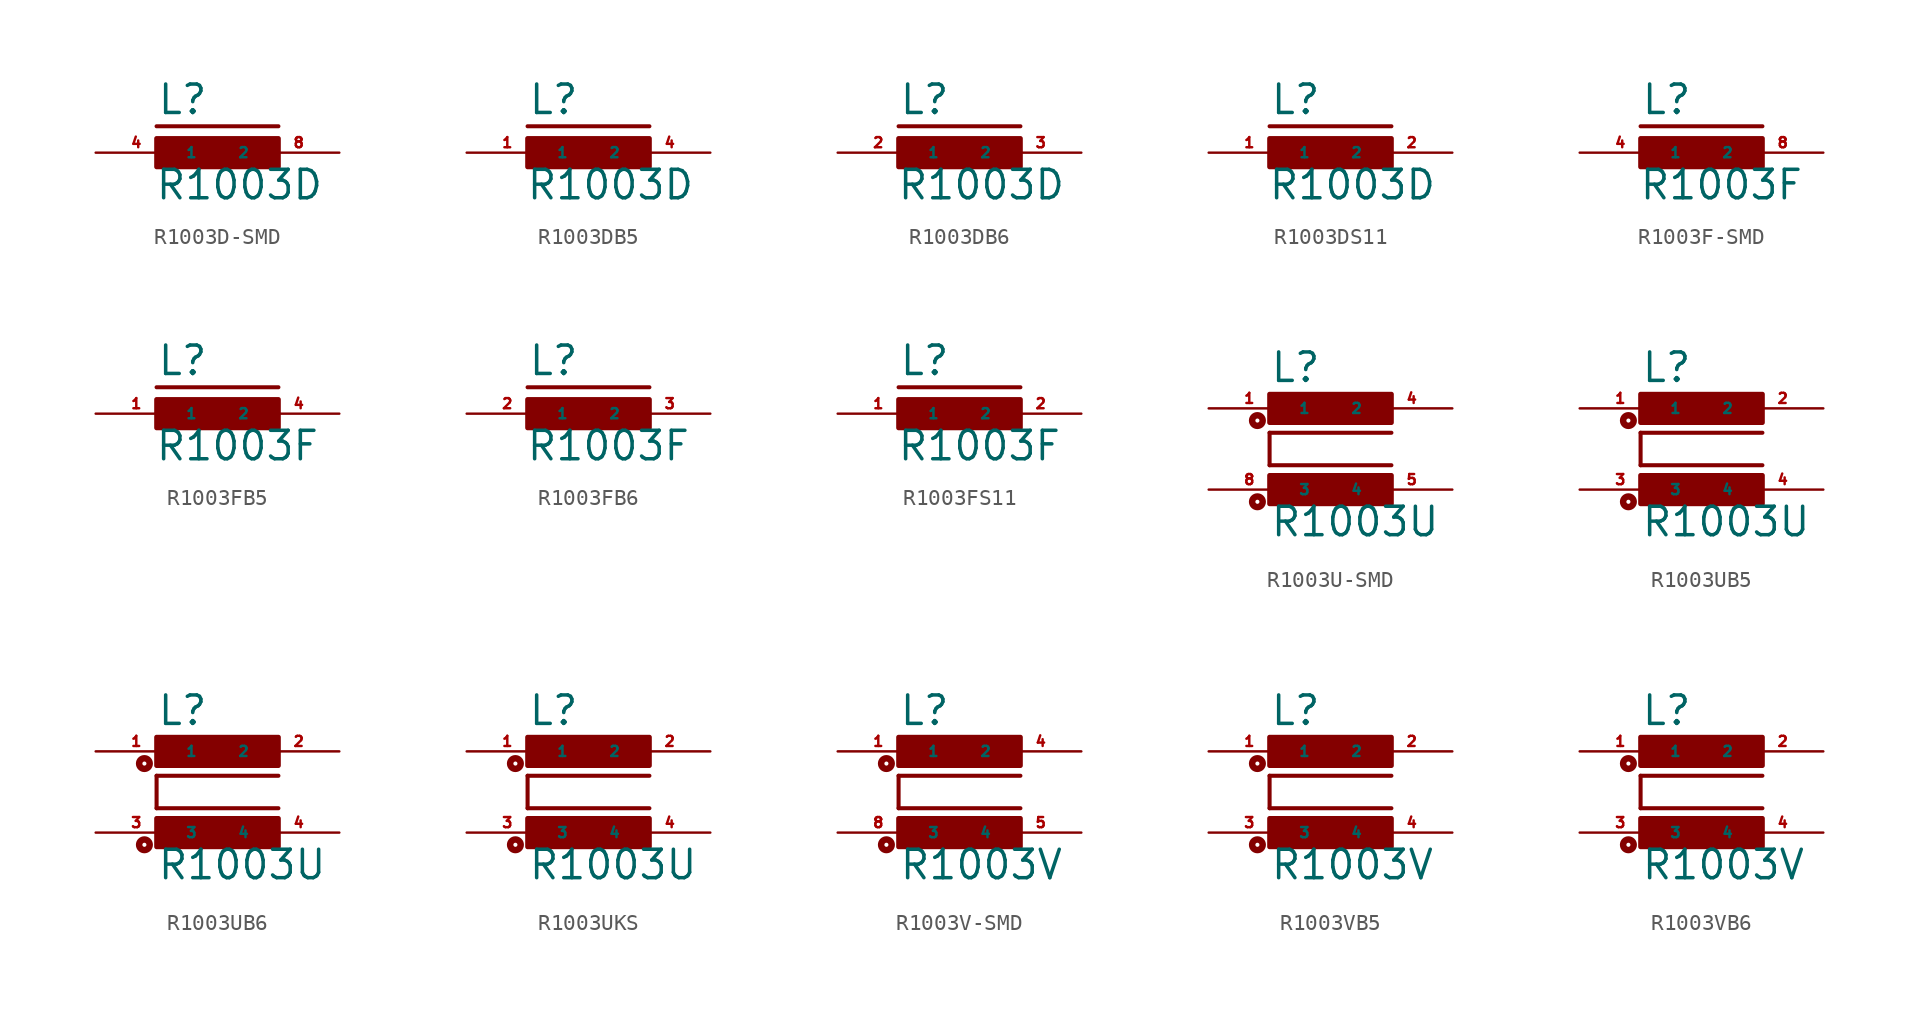
<source format=kicad_sym>
(kicad_symbol_lib
  (version 20220914)
  (generator Eagle2Kicad)
  (symbol "R1003D-SMD"
    (property "Reference" "L"
      (at -3.81 2.286 0)
      (effects (font (size 1.778 1.778) (thickness 0.22)) (justify left bottom)))
    (property "Value" "R1003D"
      (at -3.937 -3.048 0)
      (effects (font (size 1.778 1.778) (thickness 0.22)) (justify left bottom)))
    (polyline
      (pts (xy -3.81 1.651) (xy 3.81 1.651))
      (stroke (width 0.254) (type default))
      (fill (type none)))
    (rectangle
      (start -3.81 -0.889)
      (end 3.81 0.889)
      (stroke (width 0.3) (type default))
      (fill (type outline)))
    (pin passive line
      (at 7.62 0 180)
      (length 5.08)
      (name "2" (effects (font (size 0.635 0.635) (thickness 0.08)) (justify left bottom)))
      (number "8" (effects (font (size 0.635 0.635) (thickness 0.08)) (justify left bottom))))
    (pin passive line
      (at -7.62 0 0)
      (length 5.08)
      (name "1" (effects (font (size 0.635 0.635) (thickness 0.08)) (justify left bottom)))
      (number "4" (effects (font (size 0.635 0.635) (thickness 0.08)) (justify left bottom)))))
  (symbol "R1003DB5"
    (property "Reference" "L"
      (at -3.81 2.286 0)
      (effects (font (size 1.778 1.778) (thickness 0.22)) (justify left bottom)))
    (property "Value" "R1003D"
      (at -3.937 -3.048 0)
      (effects (font (size 1.778 1.778) (thickness 0.22)) (justify left bottom)))
    (polyline
      (pts (xy -3.81 1.651) (xy 3.81 1.651))
      (stroke (width 0.254) (type default))
      (fill (type none)))
    (rectangle
      (start -3.81 -0.889)
      (end 3.81 0.889)
      (stroke (width 0.3) (type default))
      (fill (type outline)))
    (pin passive line
      (at 7.62 0 180)
      (length 5.08)
      (name "2" (effects (font (size 0.635 0.635) (thickness 0.08)) (justify left bottom)))
      (number "4" (effects (font (size 0.635 0.635) (thickness 0.08)) (justify left bottom))))
    (pin passive line
      (at -7.62 0 0)
      (length 5.08)
      (name "1" (effects (font (size 0.635 0.635) (thickness 0.08)) (justify left bottom)))
      (number "1" (effects (font (size 0.635 0.635) (thickness 0.08)) (justify left bottom)))))
  (symbol "R1003DB6"
    (property "Reference" "L"
      (at -3.81 2.286 0)
      (effects (font (size 1.778 1.778) (thickness 0.22)) (justify left bottom)))
    (property "Value" "R1003D"
      (at -3.937 -3.048 0)
      (effects (font (size 1.778 1.778) (thickness 0.22)) (justify left bottom)))
    (polyline
      (pts (xy -3.81 1.651) (xy 3.81 1.651))
      (stroke (width 0.254) (type default))
      (fill (type none)))
    (rectangle
      (start -3.81 -0.889)
      (end 3.81 0.889)
      (stroke (width 0.3) (type default))
      (fill (type outline)))
    (pin passive line
      (at 7.62 0 180)
      (length 5.08)
      (name "2" (effects (font (size 0.635 0.635) (thickness 0.08)) (justify left bottom)))
      (number "3" (effects (font (size 0.635 0.635) (thickness 0.08)) (justify left bottom))))
    (pin passive line
      (at -7.62 0 0)
      (length 5.08)
      (name "1" (effects (font (size 0.635 0.635) (thickness 0.08)) (justify left bottom)))
      (number "2" (effects (font (size 0.635 0.635) (thickness 0.08)) (justify left bottom)))))
  (symbol "R1003DS11"
    (property "Reference" "L"
      (at -3.81 2.286 0)
      (effects (font (size 1.778 1.778) (thickness 0.22)) (justify left bottom)))
    (property "Value" "R1003D"
      (at -3.937 -3.048 0)
      (effects (font (size 1.778 1.778) (thickness 0.22)) (justify left bottom)))
    (polyline
      (pts (xy -3.81 1.651) (xy 3.81 1.651))
      (stroke (width 0.254) (type default))
      (fill (type none)))
    (rectangle
      (start -3.81 -0.889)
      (end 3.81 0.889)
      (stroke (width 0.3) (type default))
      (fill (type outline)))
    (pin passive line
      (at 7.62 0 180)
      (length 5.08)
      (name "2" (effects (font (size 0.635 0.635) (thickness 0.08)) (justify left bottom)))
      (number "2" (effects (font (size 0.635 0.635) (thickness 0.08)) (justify left bottom))))
    (pin passive line
      (at -7.62 0 0)
      (length 5.08)
      (name "1" (effects (font (size 0.635 0.635) (thickness 0.08)) (justify left bottom)))
      (number "1" (effects (font (size 0.635 0.635) (thickness 0.08)) (justify left bottom)))))
  (symbol "R1003F-SMD"
    (property "Reference" "L"
      (at -3.81 2.286 0)
      (effects (font (size 1.778 1.778) (thickness 0.22)) (justify left bottom)))
    (property "Value" "R1003F"
      (at -3.937 -3.048 0)
      (effects (font (size 1.778 1.778) (thickness 0.22)) (justify left bottom)))
    (polyline
      (pts (xy -3.81 1.651) (xy 3.81 1.651))
      (stroke (width 0.254) (type default))
      (fill (type none)))
    (rectangle
      (start -3.81 -0.889)
      (end 3.81 0.889)
      (stroke (width 0.3) (type default))
      (fill (type outline)))
    (pin passive line
      (at 7.62 0 180)
      (length 5.08)
      (name "2" (effects (font (size 0.635 0.635) (thickness 0.08)) (justify left bottom)))
      (number "8" (effects (font (size 0.635 0.635) (thickness 0.08)) (justify left bottom))))
    (pin passive line
      (at -7.62 0 0)
      (length 5.08)
      (name "1" (effects (font (size 0.635 0.635) (thickness 0.08)) (justify left bottom)))
      (number "4" (effects (font (size 0.635 0.635) (thickness 0.08)) (justify left bottom)))))
  (symbol "R1003FB5"
    (property "Reference" "L"
      (at -3.81 2.286 0)
      (effects (font (size 1.778 1.778) (thickness 0.22)) (justify left bottom)))
    (property "Value" "R1003F"
      (at -3.937 -3.048 0)
      (effects (font (size 1.778 1.778) (thickness 0.22)) (justify left bottom)))
    (polyline
      (pts (xy -3.81 1.651) (xy 3.81 1.651))
      (stroke (width 0.254) (type default))
      (fill (type none)))
    (rectangle
      (start -3.81 -0.889)
      (end 3.81 0.889)
      (stroke (width 0.3) (type default))
      (fill (type outline)))
    (pin passive line
      (at 7.62 0 180)
      (length 5.08)
      (name "2" (effects (font (size 0.635 0.635) (thickness 0.08)) (justify left bottom)))
      (number "4" (effects (font (size 0.635 0.635) (thickness 0.08)) (justify left bottom))))
    (pin passive line
      (at -7.62 0 0)
      (length 5.08)
      (name "1" (effects (font (size 0.635 0.635) (thickness 0.08)) (justify left bottom)))
      (number "1" (effects (font (size 0.635 0.635) (thickness 0.08)) (justify left bottom)))))
  (symbol "R1003FB6"
    (property "Reference" "L"
      (at -3.81 2.286 0)
      (effects (font (size 1.778 1.778) (thickness 0.22)) (justify left bottom)))
    (property "Value" "R1003F"
      (at -3.937 -3.048 0)
      (effects (font (size 1.778 1.778) (thickness 0.22)) (justify left bottom)))
    (polyline
      (pts (xy -3.81 1.651) (xy 3.81 1.651))
      (stroke (width 0.254) (type default))
      (fill (type none)))
    (rectangle
      (start -3.81 -0.889)
      (end 3.81 0.889)
      (stroke (width 0.3) (type default))
      (fill (type outline)))
    (pin passive line
      (at 7.62 0 180)
      (length 5.08)
      (name "2" (effects (font (size 0.635 0.635) (thickness 0.08)) (justify left bottom)))
      (number "3" (effects (font (size 0.635 0.635) (thickness 0.08)) (justify left bottom))))
    (pin passive line
      (at -7.62 0 0)
      (length 5.08)
      (name "1" (effects (font (size 0.635 0.635) (thickness 0.08)) (justify left bottom)))
      (number "2" (effects (font (size 0.635 0.635) (thickness 0.08)) (justify left bottom)))))
  (symbol "R1003FS11"
    (property "Reference" "L"
      (at -3.81 2.286 0)
      (effects (font (size 1.778 1.778) (thickness 0.22)) (justify left bottom)))
    (property "Value" "R1003F"
      (at -3.937 -3.048 0)
      (effects (font (size 1.778 1.778) (thickness 0.22)) (justify left bottom)))
    (polyline
      (pts (xy -3.81 1.651) (xy 3.81 1.651))
      (stroke (width 0.254) (type default))
      (fill (type none)))
    (rectangle
      (start -3.81 -0.889)
      (end 3.81 0.889)
      (stroke (width 0.3) (type default))
      (fill (type outline)))
    (pin passive line
      (at 7.62 0 180)
      (length 5.08)
      (name "2" (effects (font (size 0.635 0.635) (thickness 0.08)) (justify left bottom)))
      (number "2" (effects (font (size 0.635 0.635) (thickness 0.08)) (justify left bottom))))
    (pin passive line
      (at -7.62 0 0)
      (length 5.08)
      (name "1" (effects (font (size 0.635 0.635) (thickness 0.08)) (justify left bottom)))
      (number "1" (effects (font (size 0.635 0.635) (thickness 0.08)) (justify left bottom)))))
  (symbol "R1003U-SMD"
    (property "Reference" "L"
      (at -3.81 4.064 0)
      (effects (font (size 1.778 1.778) (thickness 0.22)) (justify left bottom)))
    (property "Value" "R1003U"
      (at -3.81 -5.588 0)
      (effects (font (size 1.778 1.778) (thickness 0.22)) (justify left bottom)))
    (polyline
      (pts (xy 3.81 1.016) (xy -3.81 1.016))
      (stroke (width 0.254) (type default))
      (fill (type none)))
    (polyline
      (pts (xy -3.81 -1.016) (xy -3.81 1.016))
      (stroke (width 0.254) (type default))
      (fill (type none)))
    (polyline
      (pts (xy -3.81 -1.016) (xy 3.81 -1.016))
      (stroke (width 0.254) (type default))
      (fill (type none)))
    (circle
      (center -4.572 -3.302)
      (radius 0.127)
      (stroke (width 0.406) (type default))
      (fill (type none)))
    (circle
      (center -4.572 1.778)
      (radius 0.127)
      (stroke (width 0.406) (type default))
      (fill (type none)))
    (rectangle
      (start -3.81 1.651)
      (end 3.81 3.429)
      (stroke (width 0.3) (type default))
      (fill (type outline)))
    (rectangle
      (start -3.81 -3.429)
      (end 3.81 -1.651)
      (stroke (width 0.3) (type default))
      (fill (type outline)))
    (pin passive line
      (at 7.62 2.54 180)
      (length 5.08)
      (name "2" (effects (font (size 0.635 0.635) (thickness 0.08)) (justify left bottom)))
      (number "4" (effects (font (size 0.635 0.635) (thickness 0.08)) (justify left bottom))))
    (pin passive line
      (at -7.62 2.54 0)
      (length 5.08)
      (name "1" (effects (font (size 0.635 0.635) (thickness 0.08)) (justify left bottom)))
      (number "1" (effects (font (size 0.635 0.635) (thickness 0.08)) (justify left bottom))))
    (pin passive line
      (at -7.62 -2.54 0)
      (length 5.08)
      (name "3" (effects (font (size 0.635 0.635) (thickness 0.08)) (justify left bottom)))
      (number "8" (effects (font (size 0.635 0.635) (thickness 0.08)) (justify left bottom))))
    (pin passive line
      (at 7.62 -2.54 180)
      (length 5.08)
      (name "4" (effects (font (size 0.635 0.635) (thickness 0.08)) (justify left bottom)))
      (number "5" (effects (font (size 0.635 0.635) (thickness 0.08)) (justify left bottom)))))
  (symbol "R1003UB5"
    (property "Reference" "L"
      (at -3.81 4.064 0)
      (effects (font (size 1.778 1.778) (thickness 0.22)) (justify left bottom)))
    (property "Value" "R1003U"
      (at -3.81 -5.588 0)
      (effects (font (size 1.778 1.778) (thickness 0.22)) (justify left bottom)))
    (polyline
      (pts (xy 3.81 1.016) (xy -3.81 1.016))
      (stroke (width 0.254) (type default))
      (fill (type none)))
    (polyline
      (pts (xy -3.81 -1.016) (xy -3.81 1.016))
      (stroke (width 0.254) (type default))
      (fill (type none)))
    (polyline
      (pts (xy -3.81 -1.016) (xy 3.81 -1.016))
      (stroke (width 0.254) (type default))
      (fill (type none)))
    (circle
      (center -4.572 -3.302)
      (radius 0.127)
      (stroke (width 0.406) (type default))
      (fill (type none)))
    (circle
      (center -4.572 1.778)
      (radius 0.127)
      (stroke (width 0.406) (type default))
      (fill (type none)))
    (rectangle
      (start -3.81 1.651)
      (end 3.81 3.429)
      (stroke (width 0.3) (type default))
      (fill (type outline)))
    (rectangle
      (start -3.81 -3.429)
      (end 3.81 -1.651)
      (stroke (width 0.3) (type default))
      (fill (type outline)))
    (pin passive line
      (at 7.62 2.54 180)
      (length 5.08)
      (name "2" (effects (font (size 0.635 0.635) (thickness 0.08)) (justify left bottom)))
      (number "2" (effects (font (size 0.635 0.635) (thickness 0.08)) (justify left bottom))))
    (pin passive line
      (at -7.62 2.54 0)
      (length 5.08)
      (name "1" (effects (font (size 0.635 0.635) (thickness 0.08)) (justify left bottom)))
      (number "1" (effects (font (size 0.635 0.635) (thickness 0.08)) (justify left bottom))))
    (pin passive line
      (at -7.62 -2.54 0)
      (length 5.08)
      (name "3" (effects (font (size 0.635 0.635) (thickness 0.08)) (justify left bottom)))
      (number "3" (effects (font (size 0.635 0.635) (thickness 0.08)) (justify left bottom))))
    (pin passive line
      (at 7.62 -2.54 180)
      (length 5.08)
      (name "4" (effects (font (size 0.635 0.635) (thickness 0.08)) (justify left bottom)))
      (number "4" (effects (font (size 0.635 0.635) (thickness 0.08)) (justify left bottom)))))
  (symbol "R1003UB6"
    (property "Reference" "L"
      (at -3.81 4.064 0)
      (effects (font (size 1.778 1.778) (thickness 0.22)) (justify left bottom)))
    (property "Value" "R1003U"
      (at -3.81 -5.588 0)
      (effects (font (size 1.778 1.778) (thickness 0.22)) (justify left bottom)))
    (polyline
      (pts (xy 3.81 1.016) (xy -3.81 1.016))
      (stroke (width 0.254) (type default))
      (fill (type none)))
    (polyline
      (pts (xy -3.81 -1.016) (xy -3.81 1.016))
      (stroke (width 0.254) (type default))
      (fill (type none)))
    (polyline
      (pts (xy -3.81 -1.016) (xy 3.81 -1.016))
      (stroke (width 0.254) (type default))
      (fill (type none)))
    (circle
      (center -4.572 -3.302)
      (radius 0.127)
      (stroke (width 0.406) (type default))
      (fill (type none)))
    (circle
      (center -4.572 1.778)
      (radius 0.127)
      (stroke (width 0.406) (type default))
      (fill (type none)))
    (rectangle
      (start -3.81 1.651)
      (end 3.81 3.429)
      (stroke (width 0.3) (type default))
      (fill (type outline)))
    (rectangle
      (start -3.81 -3.429)
      (end 3.81 -1.651)
      (stroke (width 0.3) (type default))
      (fill (type outline)))
    (pin passive line
      (at 7.62 2.54 180)
      (length 5.08)
      (name "2" (effects (font (size 0.635 0.635) (thickness 0.08)) (justify left bottom)))
      (number "2" (effects (font (size 0.635 0.635) (thickness 0.08)) (justify left bottom))))
    (pin passive line
      (at -7.62 2.54 0)
      (length 5.08)
      (name "1" (effects (font (size 0.635 0.635) (thickness 0.08)) (justify left bottom)))
      (number "1" (effects (font (size 0.635 0.635) (thickness 0.08)) (justify left bottom))))
    (pin passive line
      (at -7.62 -2.54 0)
      (length 5.08)
      (name "3" (effects (font (size 0.635 0.635) (thickness 0.08)) (justify left bottom)))
      (number "3" (effects (font (size 0.635 0.635) (thickness 0.08)) (justify left bottom))))
    (pin passive line
      (at 7.62 -2.54 180)
      (length 5.08)
      (name "4" (effects (font (size 0.635 0.635) (thickness 0.08)) (justify left bottom)))
      (number "4" (effects (font (size 0.635 0.635) (thickness 0.08)) (justify left bottom)))))
  (symbol "R1003UKS"
    (property "Reference" "L"
      (at -3.81 4.064 0)
      (effects (font (size 1.778 1.778) (thickness 0.22)) (justify left bottom)))
    (property "Value" "R1003U"
      (at -3.81 -5.588 0)
      (effects (font (size 1.778 1.778) (thickness 0.22)) (justify left bottom)))
    (polyline
      (pts (xy 3.81 1.016) (xy -3.81 1.016))
      (stroke (width 0.254) (type default))
      (fill (type none)))
    (polyline
      (pts (xy -3.81 -1.016) (xy -3.81 1.016))
      (stroke (width 0.254) (type default))
      (fill (type none)))
    (polyline
      (pts (xy -3.81 -1.016) (xy 3.81 -1.016))
      (stroke (width 0.254) (type default))
      (fill (type none)))
    (circle
      (center -4.572 -3.302)
      (radius 0.127)
      (stroke (width 0.406) (type default))
      (fill (type none)))
    (circle
      (center -4.572 1.778)
      (radius 0.127)
      (stroke (width 0.406) (type default))
      (fill (type none)))
    (rectangle
      (start -3.81 1.651)
      (end 3.81 3.429)
      (stroke (width 0.3) (type default))
      (fill (type outline)))
    (rectangle
      (start -3.81 -3.429)
      (end 3.81 -1.651)
      (stroke (width 0.3) (type default))
      (fill (type outline)))
    (pin passive line
      (at 7.62 2.54 180)
      (length 5.08)
      (name "2" (effects (font (size 0.635 0.635) (thickness 0.08)) (justify left bottom)))
      (number "2" (effects (font (size 0.635 0.635) (thickness 0.08)) (justify left bottom))))
    (pin passive line
      (at -7.62 2.54 0)
      (length 5.08)
      (name "1" (effects (font (size 0.635 0.635) (thickness 0.08)) (justify left bottom)))
      (number "1" (effects (font (size 0.635 0.635) (thickness 0.08)) (justify left bottom))))
    (pin passive line
      (at -7.62 -2.54 0)
      (length 5.08)
      (name "3" (effects (font (size 0.635 0.635) (thickness 0.08)) (justify left bottom)))
      (number "3" (effects (font (size 0.635 0.635) (thickness 0.08)) (justify left bottom))))
    (pin passive line
      (at 7.62 -2.54 180)
      (length 5.08)
      (name "4" (effects (font (size 0.635 0.635) (thickness 0.08)) (justify left bottom)))
      (number "4" (effects (font (size 0.635 0.635) (thickness 0.08)) (justify left bottom)))))
  (symbol "R1003V-SMD"
    (property "Reference" "L"
      (at -3.81 4.064 0)
      (effects (font (size 1.778 1.778) (thickness 0.22)) (justify left bottom)))
    (property "Value" "R1003V"
      (at -3.81 -5.588 0)
      (effects (font (size 1.778 1.778) (thickness 0.22)) (justify left bottom)))
    (polyline
      (pts (xy 3.81 1.016) (xy -3.81 1.016))
      (stroke (width 0.254) (type default))
      (fill (type none)))
    (polyline
      (pts (xy -3.81 -1.016) (xy -3.81 1.016))
      (stroke (width 0.254) (type default))
      (fill (type none)))
    (polyline
      (pts (xy -3.81 -1.016) (xy 3.81 -1.016))
      (stroke (width 0.254) (type default))
      (fill (type none)))
    (circle
      (center -4.572 -3.302)
      (radius 0.127)
      (stroke (width 0.406) (type default))
      (fill (type none)))
    (circle
      (center -4.572 1.778)
      (radius 0.127)
      (stroke (width 0.406) (type default))
      (fill (type none)))
    (rectangle
      (start -3.81 1.651)
      (end 3.81 3.429)
      (stroke (width 0.3) (type default))
      (fill (type outline)))
    (rectangle
      (start -3.81 -3.429)
      (end 3.81 -1.651)
      (stroke (width 0.3) (type default))
      (fill (type outline)))
    (pin passive line
      (at 7.62 2.54 180)
      (length 5.08)
      (name "2" (effects (font (size 0.635 0.635) (thickness 0.08)) (justify left bottom)))
      (number "4" (effects (font (size 0.635 0.635) (thickness 0.08)) (justify left bottom))))
    (pin passive line
      (at -7.62 2.54 0)
      (length 5.08)
      (name "1" (effects (font (size 0.635 0.635) (thickness 0.08)) (justify left bottom)))
      (number "1" (effects (font (size 0.635 0.635) (thickness 0.08)) (justify left bottom))))
    (pin passive line
      (at -7.62 -2.54 0)
      (length 5.08)
      (name "3" (effects (font (size 0.635 0.635) (thickness 0.08)) (justify left bottom)))
      (number "8" (effects (font (size 0.635 0.635) (thickness 0.08)) (justify left bottom))))
    (pin passive line
      (at 7.62 -2.54 180)
      (length 5.08)
      (name "4" (effects (font (size 0.635 0.635) (thickness 0.08)) (justify left bottom)))
      (number "5" (effects (font (size 0.635 0.635) (thickness 0.08)) (justify left bottom)))))
  (symbol "R1003VB5"
    (property "Reference" "L"
      (at -3.81 4.064 0)
      (effects (font (size 1.778 1.778) (thickness 0.22)) (justify left bottom)))
    (property "Value" "R1003V"
      (at -3.81 -5.588 0)
      (effects (font (size 1.778 1.778) (thickness 0.22)) (justify left bottom)))
    (polyline
      (pts (xy 3.81 1.016) (xy -3.81 1.016))
      (stroke (width 0.254) (type default))
      (fill (type none)))
    (polyline
      (pts (xy -3.81 -1.016) (xy -3.81 1.016))
      (stroke (width 0.254) (type default))
      (fill (type none)))
    (polyline
      (pts (xy -3.81 -1.016) (xy 3.81 -1.016))
      (stroke (width 0.254) (type default))
      (fill (type none)))
    (circle
      (center -4.572 -3.302)
      (radius 0.127)
      (stroke (width 0.406) (type default))
      (fill (type none)))
    (circle
      (center -4.572 1.778)
      (radius 0.127)
      (stroke (width 0.406) (type default))
      (fill (type none)))
    (rectangle
      (start -3.81 1.651)
      (end 3.81 3.429)
      (stroke (width 0.3) (type default))
      (fill (type outline)))
    (rectangle
      (start -3.81 -3.429)
      (end 3.81 -1.651)
      (stroke (width 0.3) (type default))
      (fill (type outline)))
    (pin passive line
      (at 7.62 2.54 180)
      (length 5.08)
      (name "2" (effects (font (size 0.635 0.635) (thickness 0.08)) (justify left bottom)))
      (number "2" (effects (font (size 0.635 0.635) (thickness 0.08)) (justify left bottom))))
    (pin passive line
      (at -7.62 2.54 0)
      (length 5.08)
      (name "1" (effects (font (size 0.635 0.635) (thickness 0.08)) (justify left bottom)))
      (number "1" (effects (font (size 0.635 0.635) (thickness 0.08)) (justify left bottom))))
    (pin passive line
      (at -7.62 -2.54 0)
      (length 5.08)
      (name "3" (effects (font (size 0.635 0.635) (thickness 0.08)) (justify left bottom)))
      (number "3" (effects (font (size 0.635 0.635) (thickness 0.08)) (justify left bottom))))
    (pin passive line
      (at 7.62 -2.54 180)
      (length 5.08)
      (name "4" (effects (font (size 0.635 0.635) (thickness 0.08)) (justify left bottom)))
      (number "4" (effects (font (size 0.635 0.635) (thickness 0.08)) (justify left bottom)))))
  (symbol "R1003VB6"
    (property "Reference" "L"
      (at -3.81 4.064 0)
      (effects (font (size 1.778 1.778) (thickness 0.22)) (justify left bottom)))
    (property "Value" "R1003V"
      (at -3.81 -5.588 0)
      (effects (font (size 1.778 1.778) (thickness 0.22)) (justify left bottom)))
    (polyline
      (pts (xy 3.81 1.016) (xy -3.81 1.016))
      (stroke (width 0.254) (type default))
      (fill (type none)))
    (polyline
      (pts (xy -3.81 -1.016) (xy -3.81 1.016))
      (stroke (width 0.254) (type default))
      (fill (type none)))
    (polyline
      (pts (xy -3.81 -1.016) (xy 3.81 -1.016))
      (stroke (width 0.254) (type default))
      (fill (type none)))
    (circle
      (center -4.572 -3.302)
      (radius 0.127)
      (stroke (width 0.406) (type default))
      (fill (type none)))
    (circle
      (center -4.572 1.778)
      (radius 0.127)
      (stroke (width 0.406) (type default))
      (fill (type none)))
    (rectangle
      (start -3.81 1.651)
      (end 3.81 3.429)
      (stroke (width 0.3) (type default))
      (fill (type outline)))
    (rectangle
      (start -3.81 -3.429)
      (end 3.81 -1.651)
      (stroke (width 0.3) (type default))
      (fill (type outline)))
    (pin passive line
      (at 7.62 2.54 180)
      (length 5.08)
      (name "2" (effects (font (size 0.635 0.635) (thickness 0.08)) (justify left bottom)))
      (number "2" (effects (font (size 0.635 0.635) (thickness 0.08)) (justify left bottom))))
    (pin passive line
      (at -7.62 2.54 0)
      (length 5.08)
      (name "1" (effects (font (size 0.635 0.635) (thickness 0.08)) (justify left bottom)))
      (number "1" (effects (font (size 0.635 0.635) (thickness 0.08)) (justify left bottom))))
    (pin passive line
      (at -7.62 -2.54 0)
      (length 5.08)
      (name "3" (effects (font (size 0.635 0.635) (thickness 0.08)) (justify left bottom)))
      (number "3" (effects (font (size 0.635 0.635) (thickness 0.08)) (justify left bottom))))
    (pin passive line
      (at 7.62 -2.54 180)
      (length 5.08)
      (name "4" (effects (font (size 0.635 0.635) (thickness 0.08)) (justify left bottom)))
      (number "4" (effects (font (size 0.635 0.635) (thickness 0.08)) (justify left bottom))))))
</source>
